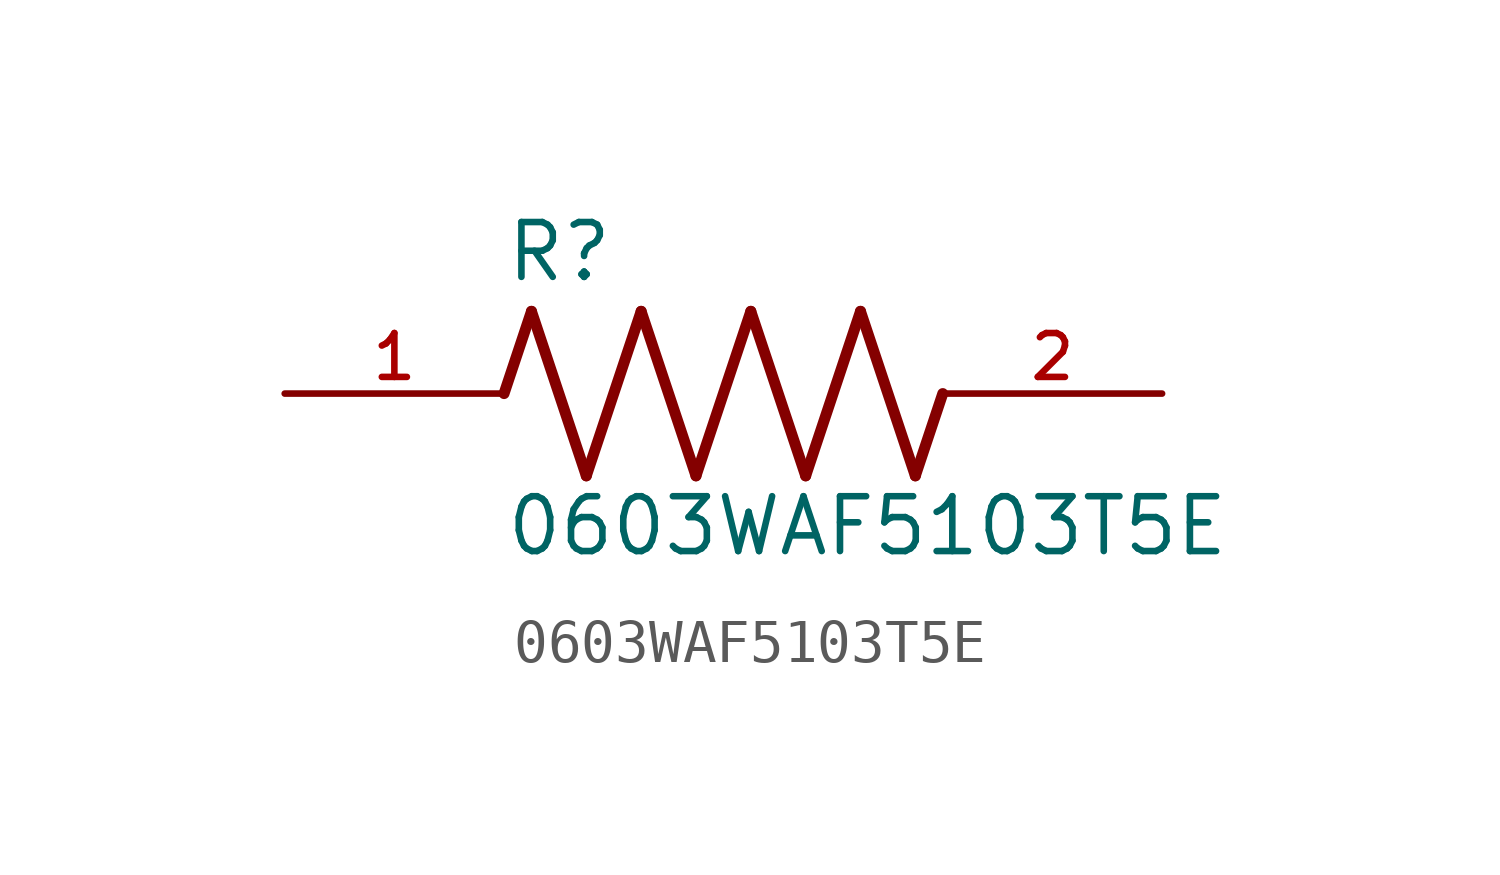
<source format=kicad_sym>
(kicad_symbol_lib
  (version 20211014)
  (generator kicad_symbol_editor)
  (symbol "0603WAF5103T5E"
    (pin_names
      (offset 1.016))
    (property "Reference" "R"
      (at -5.08 2.54 0)
      (effects (font (size 1.27 1.27)) (justify bottom left)))
    (property "Value" "0603WAF5103T5E"
      (at -5.08 -3.81 0)
      (effects (font (size 1.27 1.27)) (justify bottom left)))
    (symbol "0603WAF5103T5E_0_0"
      (polyline (pts (xy -5.08 0.0) (xy -4.445 1.905)) (stroke (width 0.254)))
      (polyline (pts (xy -4.445 1.905) (xy -3.175 -1.905)) (stroke (width 0.254)))
      (polyline (pts (xy -3.175 -1.905) (xy -1.905 1.905)) (stroke (width 0.254)))
      (polyline (pts (xy -1.905 1.905) (xy -0.635 -1.905)) (stroke (width 0.254)))
      (polyline (pts (xy -0.635 -1.905) (xy 0.635 1.905)) (stroke (width 0.254)))
      (polyline (pts (xy 0.635 1.905) (xy 1.905 -1.905)) (stroke (width 0.254)))
      (polyline (pts (xy 1.905 -1.905) (xy 3.175 1.905)) (stroke (width 0.254)))
      (polyline (pts (xy 3.175 1.905) (xy 4.445 -1.905)) (stroke (width 0.254)))
      (polyline (pts (xy 4.445 -1.905) (xy 5.08 0.0)) (stroke (width 0.254)))
      (pin passive line (at -10.16 0.0 0) (length 5.08) (name "~" (effects (font (size 1.016 1.016)))) (number "1" (effects (font (size 1.016 1.016)))))
      (pin passive line (at 10.16 0.0 180.0) (length 5.08) (name "~" (effects (font (size 1.016 1.016)))) (number "2" (effects (font (size 1.016 1.016))))))))
</source>
